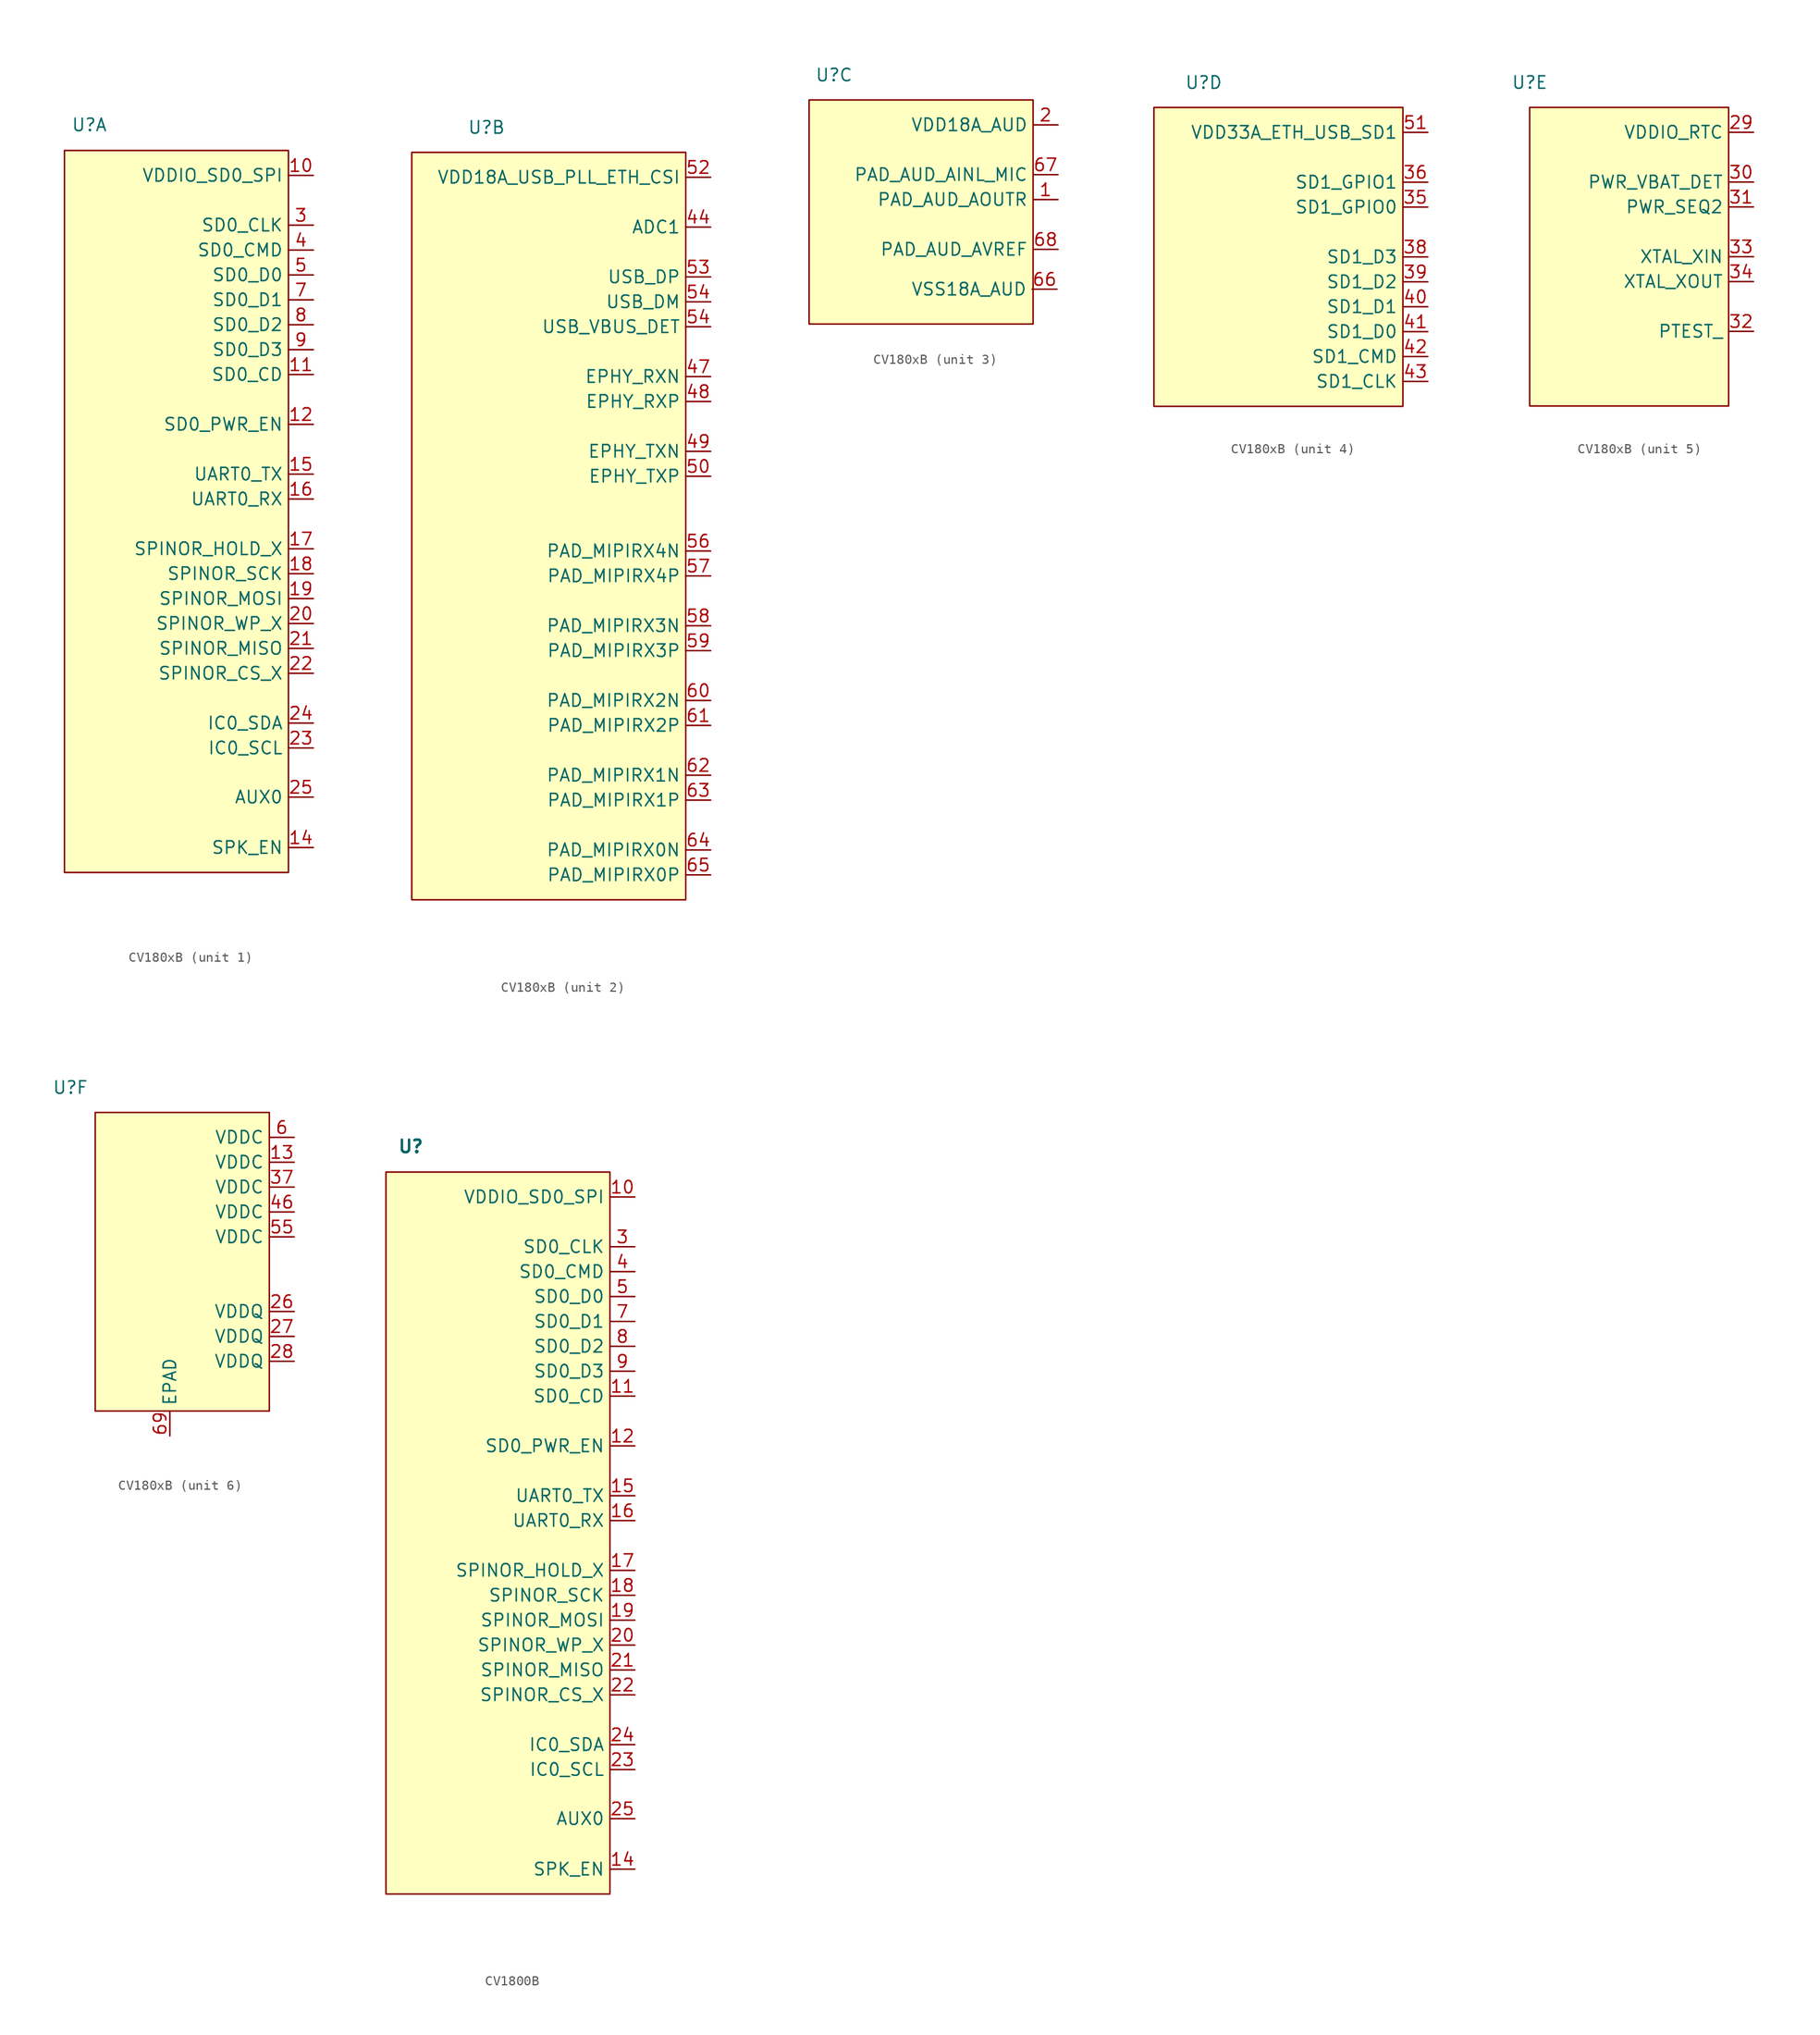
<source format=kicad_sym>
(kicad_symbol_lib
  (version 20230620)
  (generator kicad_symbol_editor)
  (symbol "CV180xB"
    (property "Reference" "U"
      (at -20.32 5.08 0)
      (effects (font (size 1.27 1.27))))
    (property "Value" ""
      (at 0 0 0)
      (effects (font (size 1.27 1.27))))
    (property "ki_locked" ""
      (at 0 0 0)
      (effects (font (size 1.27 1.27))))
    (symbol "CV180xB_1_1"
      (rectangle (start -22.858 2.472) (end 0.002 -71.188) (stroke (width 0) (type default)) (fill (type background)))
      (pin power_in line (at 2.542 -0.068 180) (length 2.54) (name "VDDIO_SD0_SPI" (effects (font (size 1.27 1.27)))) (number "10" (effects (font (size 1.27 1.27)))))
      (pin bidirectional line (at 2.542 -20.388 180) (length 2.54) (name "SD0_CD" (effects (font (size 1.27 1.27)))) (number "11" (effects (font (size 1.27 1.27)))))
      (pin bidirectional line (at 2.542 -25.468 180) (length 2.54) (name "SD0_PWR_EN" (effects (font (size 1.27 1.27)))) (number "12" (effects (font (size 1.27 1.27)))))
      (pin bidirectional line (at 2.542 -68.648 180) (length 2.54) (name "SPK_EN" (effects (font (size 1.27 1.27)))) (number "14" (effects (font (size 1.27 1.27)))))
      (pin bidirectional line (at 2.542 -30.548 180) (length 2.54) (name "UART0_TX" (effects (font (size 1.27 1.27)))) (number "15" (effects (font (size 1.27 1.27)))))
      (pin bidirectional line (at 2.542 -33.088 180) (length 2.54) (name "UART0_RX" (effects (font (size 1.27 1.27)))) (number "16" (effects (font (size 1.27 1.27)))))
      (pin bidirectional line (at 2.542 -38.168 180) (length 2.54) (name "SPINOR_HOLD_X" (effects (font (size 1.27 1.27)))) (number "17" (effects (font (size 1.27 1.27)))))
      (pin bidirectional line (at 2.542 -40.708 180) (length 2.54) (name "SPINOR_SCK" (effects (font (size 1.27 1.27)))) (number "18" (effects (font (size 1.27 1.27)))))
      (pin bidirectional line (at 2.542 -43.248 180) (length 2.54) (name "SPINOR_MOSI" (effects (font (size 1.27 1.27)))) (number "19" (effects (font (size 1.27 1.27)))))
      (pin bidirectional line (at 2.542 -45.788 180) (length 2.54) (name "SPINOR_WP_X" (effects (font (size 1.27 1.27)))) (number "20" (effects (font (size 1.27 1.27)))))
      (pin bidirectional line (at 2.542 -48.328 180) (length 2.54) (name "SPINOR_MISO" (effects (font (size 1.27 1.27)))) (number "21" (effects (font (size 1.27 1.27)))))
      (pin bidirectional line (at 2.542 -50.868 180) (length 2.54) (name "SPINOR_CS_X" (effects (font (size 1.27 1.27)))) (number "22" (effects (font (size 1.27 1.27)))))
      (pin bidirectional line (at 2.542 -58.488 180) (length 2.54) (name "IC0_SCL" (effects (font (size 1.27 1.27)))) (number "23" (effects (font (size 1.27 1.27)))))
      (pin bidirectional line (at 2.542 -55.948 180) (length 2.54) (name "IC0_SDA" (effects (font (size 1.27 1.27)))) (number "24" (effects (font (size 1.27 1.27)))))
      (pin bidirectional line (at 2.54 -63.5 180) (length 2.54) (name "AUX0" (effects (font (size 1.27 1.27)))) (number "25" (effects (font (size 1.27 1.27)))))
      (pin bidirectional line (at 2.542 -5.148 180) (length 2.54) (name "SD0_CLK" (effects (font (size 1.27 1.27)))) (number "3" (effects (font (size 1.27 1.27)))))
      (pin bidirectional line (at 2.542 -7.688 180) (length 2.54) (name "SD0_CMD" (effects (font (size 1.27 1.27)))) (number "4" (effects (font (size 1.27 1.27)))))
      (pin bidirectional line (at 2.542 -10.228 180) (length 2.54) (name "SD0_D0" (effects (font (size 1.27 1.27)))) (number "5" (effects (font (size 1.27 1.27)))))
      (pin bidirectional line (at 2.542 -12.768 180) (length 2.54) (name "SD0_D1" (effects (font (size 1.27 1.27)))) (number "7" (effects (font (size 1.27 1.27)))))
      (pin bidirectional line (at 2.542 -15.308 180) (length 2.54) (name "SD0_D2" (effects (font (size 1.27 1.27)))) (number "8" (effects (font (size 1.27 1.27)))))
      (pin bidirectional line (at 2.542 -17.848 180) (length 2.54) (name "SD0_D3" (effects (font (size 1.27 1.27)))) (number "9" (effects (font (size 1.27 1.27))))))
    (symbol "CV180xB_2_1"
      (rectangle (start -27.94 2.54) (end 0 -73.66) (stroke (width 0) (type default)) (fill (type background)))
      (pin bidirectional line (at 2.54 -5.08 180) (length 2.54) (name "ADC1" (effects (font (size 1.27 1.27)))) (number "44" (effects (font (size 1.27 1.27)))))
      (pin bidirectional line (at 2.54 -20.32 180) (length 2.54) (name "EPHY_RXN" (effects (font (size 1.27 1.27)))) (number "47" (effects (font (size 1.27 1.27)))))
      (pin bidirectional line (at 2.54 -22.86 180) (length 2.54) (name "EPHY_RXP" (effects (font (size 1.27 1.27)))) (number "48" (effects (font (size 1.27 1.27)))))
      (pin bidirectional line (at 2.54 -27.94 180) (length 2.54) (name "EPHY_TXN" (effects (font (size 1.27 1.27)))) (number "49" (effects (font (size 1.27 1.27)))))
      (pin bidirectional line (at 2.54 -30.48 180) (length 2.54) (name "EPHY_TXP" (effects (font (size 1.27 1.27)))) (number "50" (effects (font (size 1.27 1.27)))))
      (pin power_in line (at 2.54 0 180) (length 2.54) (name "VDD18A_USB_PLL_ETH_CSI" (effects (font (size 1.27 1.27)))) (number "52" (effects (font (size 1.27 1.27)))))
      (pin power_in line (at 2.54 -10.16 180) (length 2.54) (name "USB_DP" (effects (font (size 1.27 1.27)))) (number "53" (effects (font (size 1.27 1.27)))))
      (pin bidirectional line (at 2.54 -12.7 180) (length 2.54) (name "USB_DM" (effects (font (size 1.27 1.27)))) (number "54" (effects (font (size 1.27 1.27)))))
      (pin bidirectional line (at 2.54 -15.24 180) (length 2.54) (name "USB_VBUS_DET" (effects (font (size 1.27 1.27)))) (number "54" (effects (font (size 1.27 1.27)))))
      (pin bidirectional line (at 2.54 -38.1 180) (length 2.54) (name "PAD_MIPIRX4N" (effects (font (size 1.27 1.27)))) (number "56" (effects (font (size 1.27 1.27)))))
      (pin bidirectional line (at 2.54 -40.64 180) (length 2.54) (name "PAD_MIPIRX4P" (effects (font (size 1.27 1.27)))) (number "57" (effects (font (size 1.27 1.27)))))
      (pin bidirectional line (at 2.54 -45.72 180) (length 2.54) (name "PAD_MIPIRX3N" (effects (font (size 1.27 1.27)))) (number "58" (effects (font (size 1.27 1.27)))))
      (pin bidirectional line (at 2.54 -48.26 180) (length 2.54) (name "PAD_MIPIRX3P" (effects (font (size 1.27 1.27)))) (number "59" (effects (font (size 1.27 1.27)))))
      (pin bidirectional line (at 2.54 -53.34 180) (length 2.54) (name "PAD_MIPIRX2N" (effects (font (size 1.27 1.27)))) (number "60" (effects (font (size 1.27 1.27)))))
      (pin bidirectional line (at 2.54 -55.88 180) (length 2.54) (name "PAD_MIPIRX2P" (effects (font (size 1.27 1.27)))) (number "61" (effects (font (size 1.27 1.27)))))
      (pin bidirectional line (at 2.54 -60.96 180) (length 2.54) (name "PAD_MIPIRX1N" (effects (font (size 1.27 1.27)))) (number "62" (effects (font (size 1.27 1.27)))))
      (pin bidirectional line (at 2.54 -63.5 180) (length 2.54) (name "PAD_MIPIRX1P" (effects (font (size 1.27 1.27)))) (number "63" (effects (font (size 1.27 1.27)))))
      (pin bidirectional line (at 2.54 -68.58 180) (length 2.54) (name "PAD_MIPIRX0N" (effects (font (size 1.27 1.27)))) (number "64" (effects (font (size 1.27 1.27)))))
      (pin bidirectional line (at 2.54 -71.12 180) (length 2.54) (name "PAD_MIPIRX0P" (effects (font (size 1.27 1.27)))) (number "65" (effects (font (size 1.27 1.27))))))
    (symbol "CV180xB_3_1"
      (rectangle (start -22.86 2.54) (end 0 -20.32) (stroke (width 0) (type default)) (fill (type background)))
      (pin bidirectional line (at 2.54 -7.62 180) (length 2.54) (name "PAD_AUD_AOUTR" (effects (font (size 1.27 1.27)))) (number "1" (effects (font (size 1.27 1.27)))))
      (pin power_in line (at 2.54 0 180) (length 2.54) (name "VDD18A_AUD" (effects (font (size 1.27 1.27)))) (number "2" (effects (font (size 1.27 1.27)))))
      (pin power_in line (at 2.441 -16.764 180) (length 2.54) (name "VSS18A_AUD" (effects (font (size 1.27 1.27)))) (number "66" (effects (font (size 1.27 1.27)))))
      (pin bidirectional line (at 2.54 -5.08 180) (length 2.54) (name "PAD_AUD_AINL_MIC" (effects (font (size 1.27 1.27)))) (number "67" (effects (font (size 1.27 1.27)))))
      (pin power_in line (at 2.54 -12.7 180) (length 2.54) (name "PAD_AUD_AVREF" (effects (font (size 1.27 1.27)))) (number "68" (effects (font (size 1.27 1.27))))))
    (symbol "CV180xB_4_1"
      (rectangle (start -25.4 2.54) (end 0 -27.94) (stroke (width 0) (type default)) (fill (type background)))
      (pin bidirectional line (at 2.54 -7.62 180) (length 2.54) (name "SD1_GPIO0" (effects (font (size 1.27 1.27)))) (number "35" (effects (font (size 1.27 1.27)))))
      (pin bidirectional line (at 2.54 -5.08 180) (length 2.54) (name "SD1_GPIO1" (effects (font (size 1.27 1.27)))) (number "36" (effects (font (size 1.27 1.27)))))
      (pin bidirectional line (at 2.54 -12.7 180) (length 2.54) (name "SD1_D3" (effects (font (size 1.27 1.27)))) (number "38" (effects (font (size 1.27 1.27)))))
      (pin bidirectional line (at 2.54 -15.24 180) (length 2.54) (name "SD1_D2" (effects (font (size 1.27 1.27)))) (number "39" (effects (font (size 1.27 1.27)))))
      (pin bidirectional line (at 2.54 -17.78 180) (length 2.54) (name "SD1_D1" (effects (font (size 1.27 1.27)))) (number "40" (effects (font (size 1.27 1.27)))))
      (pin bidirectional line (at 2.54 -20.32 180) (length 2.54) (name "SD1_D0" (effects (font (size 1.27 1.27)))) (number "41" (effects (font (size 1.27 1.27)))))
      (pin bidirectional line (at 2.54 -22.86 180) (length 2.54) (name "SD1_CMD" (effects (font (size 1.27 1.27)))) (number "42" (effects (font (size 1.27 1.27)))))
      (pin bidirectional line (at 2.54 -25.4 180) (length 2.54) (name "SD1_CLK" (effects (font (size 1.27 1.27)))) (number "43" (effects (font (size 1.27 1.27)))))
      (pin power_in line (at 2.54 0 180) (length 2.54) (name "VDD33A_ETH_USB_SD1" (effects (font (size 1.27 1.27)))) (number "51" (effects (font (size 1.27 1.27))))))
    (symbol "CV180xB_5_1"
      (rectangle (start -20.32 2.54) (end 0 -27.94) (stroke (width 0) (type default)) (fill (type background)))
      (pin power_in line (at 2.54 0 180) (length 2.54) (name "VDDIO_RTC" (effects (font (size 1.27 1.27)))) (number "29" (effects (font (size 1.27 1.27)))))
      (pin input line (at 2.54 -5.08 180) (length 2.54) (name "PWR_VBAT_DET" (effects (font (size 1.27 1.27)))) (number "30" (effects (font (size 1.27 1.27)))))
      (pin bidirectional line (at 2.54 -7.62 180) (length 2.54) (name "PWR_SEQ2" (effects (font (size 1.27 1.27)))) (number "31" (effects (font (size 1.27 1.27)))))
      (pin passive line (at 2.54 -20.32 180) (length 2.54) (name "PTEST_" (effects (font (size 1.27 1.27)))) (number "32" (effects (font (size 1.27 1.27)))))
      (pin bidirectional line (at 2.54 -12.7 180) (length 2.54) (name "XTAL_XIN" (effects (font (size 1.27 1.27)))) (number "33" (effects (font (size 1.27 1.27)))))
      (pin bidirectional line (at 2.54 -15.24 180) (length 2.54) (name "XTAL_XOUT" (effects (font (size 1.27 1.27)))) (number "34" (effects (font (size 1.27 1.27))))))
    (symbol "CV180xB_6_1"
      (rectangle (start -17.78 2.54) (end 0 -27.94) (stroke (width 0) (type default)) (fill (type background)))
      (pin power_in line (at 2.54 -2.54 180) (length 2.54) (name "VDDC" (effects (font (size 1.27 1.27)))) (number "13" (effects (font (size 1.27 1.27)))))
      (pin power_in line (at 2.54 -17.78 180) (length 2.54) (name "VDDQ" (effects (font (size 1.27 1.27)))) (number "26" (effects (font (size 1.27 1.27)))))
      (pin power_in line (at 2.54 -20.32 180) (length 2.54) (name "VDDQ" (effects (font (size 1.27 1.27)))) (number "27" (effects (font (size 1.27 1.27)))))
      (pin power_in line (at 2.54 -22.86 180) (length 2.54) (name "VDDQ" (effects (font (size 1.27 1.27)))) (number "28" (effects (font (size 1.27 1.27)))))
      (pin power_in line (at 2.54 -5.08 180) (length 2.54) (name "VDDC" (effects (font (size 1.27 1.27)))) (number "37" (effects (font (size 1.27 1.27)))))
      (pin power_in line (at 2.54 -7.62 180) (length 2.54) (name "VDDC" (effects (font (size 1.27 1.27)))) (number "46" (effects (font (size 1.27 1.27)))))
      (pin power_in line (at 2.54 -10.16 180) (length 2.54) (name "VDDC" (effects (font (size 1.27 1.27)))) (number "55" (effects (font (size 1.27 1.27)))))
      (pin power_in line (at 2.54 0 180) (length 2.54) (name "VDDC" (effects (font (size 1.27 1.27)))) (number "6" (effects (font (size 1.27 1.27)))))
      (pin power_in line (at -10.16 -30.48 90) (length 2.54) (name "EPAD" (effects (font (size 1.27 1.27)))) (number "69" (effects (font (size 1.27 1.27)))))))
  (symbol "CV1800B"
    (property "Reference" "U"
      (at -20.32 5.08 0)
      (effects (font (size 1.27 1.27) bold)))
    (property "Value" ""
      (at -15.24 7.62 0)
      (effects (font (size 1.27 1.27))))
    (property "ki_locked" ""
      (at 0 0 0)
      (effects (font (size 1.27 1.27))))
    (symbol "CV1800B_1_1"
      (rectangle (start -22.858 2.472) (end 0.002 -71.188) (stroke (width 0) (type default)) (fill (type background)))
      (pin power_in line (at 2.542 -0.068 180) (length 2.54) (name "VDDIO_SD0_SPI" (effects (font (size 1.27 1.27)))) (number "10" (effects (font (size 1.27 1.27)))))
      (pin bidirectional line (at 2.542 -20.388 180) (length 2.54) (name "SD0_CD" (effects (font (size 1.27 1.27)))) (number "11" (effects (font (size 1.27 1.27)))))
      (pin bidirectional line (at 2.542 -25.468 180) (length 2.54) (name "SD0_PWR_EN" (effects (font (size 1.27 1.27)))) (number "12" (effects (font (size 1.27 1.27)))))
      (pin bidirectional line (at 2.542 -68.648 180) (length 2.54) (name "SPK_EN" (effects (font (size 1.27 1.27)))) (number "14" (effects (font (size 1.27 1.27)))))
      (pin bidirectional line (at 2.542 -30.548 180) (length 2.54) (name "UART0_TX" (effects (font (size 1.27 1.27)))) (number "15" (effects (font (size 1.27 1.27)))))
      (pin bidirectional line (at 2.542 -33.088 180) (length 2.54) (name "UART0_RX" (effects (font (size 1.27 1.27)))) (number "16" (effects (font (size 1.27 1.27)))))
      (pin bidirectional line (at 2.542 -38.168 180) (length 2.54) (name "SPINOR_HOLD_X" (effects (font (size 1.27 1.27)))) (number "17" (effects (font (size 1.27 1.27)))))
      (pin bidirectional line (at 2.542 -40.708 180) (length 2.54) (name "SPINOR_SCK" (effects (font (size 1.27 1.27)))) (number "18" (effects (font (size 1.27 1.27)))))
      (pin bidirectional line (at 2.542 -43.248 180) (length 2.54) (name "SPINOR_MOSI" (effects (font (size 1.27 1.27)))) (number "19" (effects (font (size 1.27 1.27)))))
      (pin bidirectional line (at 2.542 -45.788 180) (length 2.54) (name "SPINOR_WP_X" (effects (font (size 1.27 1.27)))) (number "20" (effects (font (size 1.27 1.27)))))
      (pin bidirectional line (at 2.542 -48.328 180) (length 2.54) (name "SPINOR_MISO" (effects (font (size 1.27 1.27)))) (number "21" (effects (font (size 1.27 1.27)))))
      (pin bidirectional line (at 2.542 -50.868 180) (length 2.54) (name "SPINOR_CS_X" (effects (font (size 1.27 1.27)))) (number "22" (effects (font (size 1.27 1.27)))))
      (pin bidirectional line (at 2.542 -58.488 180) (length 2.54) (name "IC0_SCL" (effects (font (size 1.27 1.27)))) (number "23" (effects (font (size 1.27 1.27)))))
      (pin bidirectional line (at 2.542 -55.948 180) (length 2.54) (name "IC0_SDA" (effects (font (size 1.27 1.27)))) (number "24" (effects (font (size 1.27 1.27)))))
      (pin bidirectional line (at 2.54 -63.5 180) (length 2.54) (name "AUX0" (effects (font (size 1.27 1.27)))) (number "25" (effects (font (size 1.27 1.27)))))
      (pin bidirectional line (at 2.542 -5.148 180) (length 2.54) (name "SD0_CLK" (effects (font (size 1.27 1.27)))) (number "3" (effects (font (size 1.27 1.27)))))
      (pin bidirectional line (at 2.542 -7.688 180) (length 2.54) (name "SD0_CMD" (effects (font (size 1.27 1.27)))) (number "4" (effects (font (size 1.27 1.27)))))
      (pin bidirectional line (at 2.542 -10.228 180) (length 2.54) (name "SD0_D0" (effects (font (size 1.27 1.27)))) (number "5" (effects (font (size 1.27 1.27)))))
      (pin bidirectional line (at 2.542 -12.768 180) (length 2.54) (name "SD0_D1" (effects (font (size 1.27 1.27)))) (number "7" (effects (font (size 1.27 1.27)))))
      (pin bidirectional line (at 2.542 -15.308 180) (length 2.54) (name "SD0_D2" (effects (font (size 1.27 1.27)))) (number "8" (effects (font (size 1.27 1.27)))))
      (pin bidirectional line (at 2.542 -17.848 180) (length 2.54) (name "SD0_D3" (effects (font (size 1.27 1.27)))) (number "9" (effects (font (size 1.27 1.27))))))))
</source>
